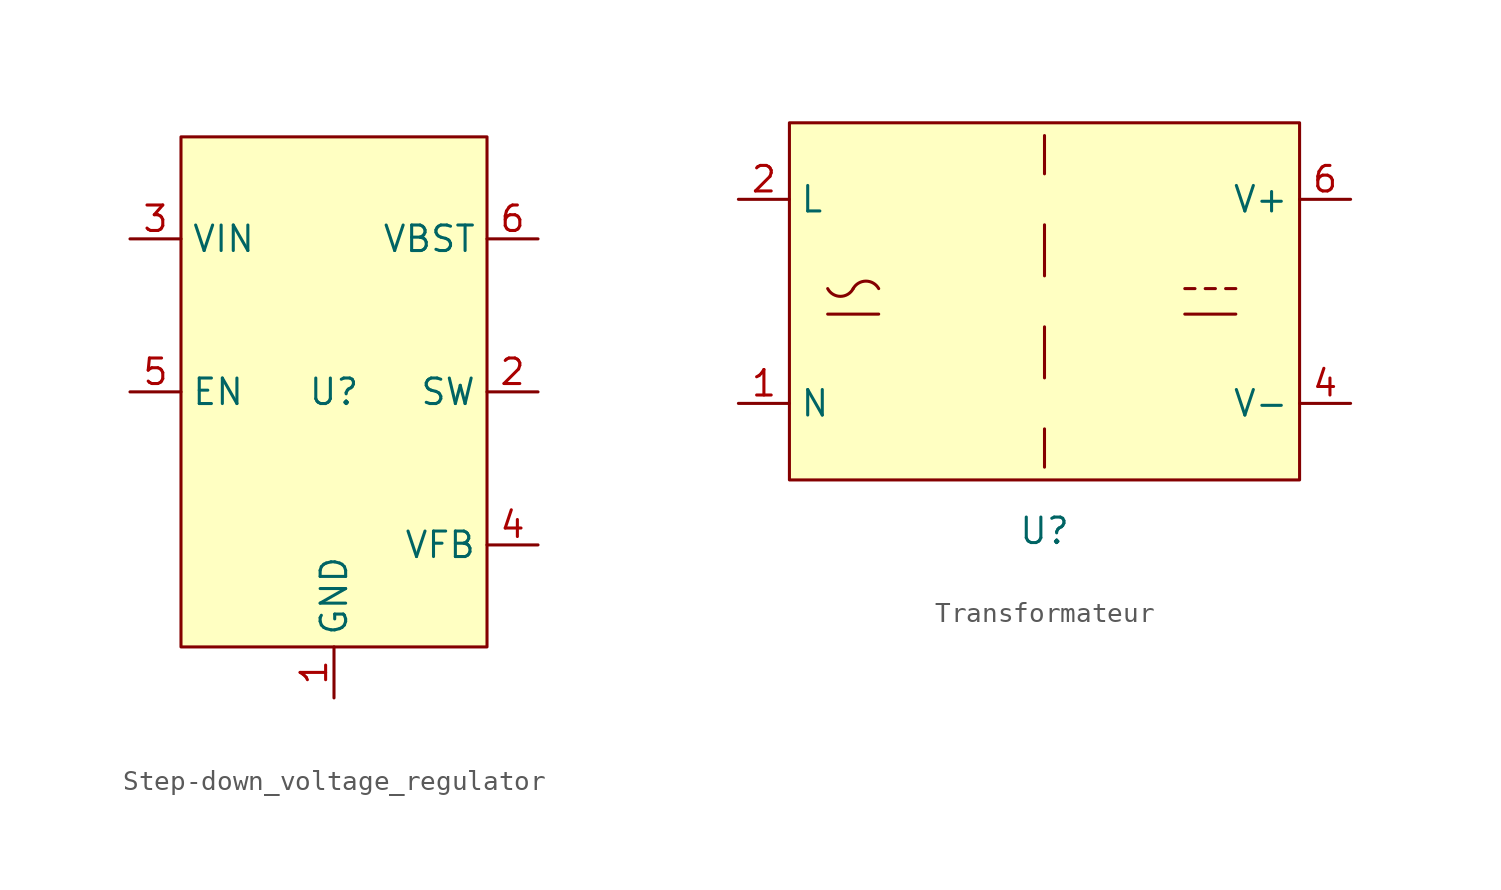
<source format=kicad_sym>
(kicad_symbol_lib
  (version 20231120)
  (generator "kicad_symbol_editor")
  (generator_version "8.0")
  (symbol "Step-down_voltage_regulator"
    (property "Reference" "U"
      (at 0 0 0)
      (effects (font (size 1.27 1.27))))
    (property "Value" ""
      (at 0 0 0)
      (effects (font (size 1.27 1.27))))
    (symbol "Step-down_voltage_regulator_1_1"
      (rectangle (start -7.62 12.7) (end 7.62 -12.7) (stroke (width 0) (type default)) (fill (type background)))
      (pin input line (at 0 -15.24 90) (length 2.54) (name "GND" (effects (font (size 1.27 1.27)))) (number "1" (effects (font (size 1.27 1.27)))))
      (pin output line (at 10.16 0 180) (length 2.54) (name "SW" (effects (font (size 1.27 1.27)))) (number "2" (effects (font (size 1.27 1.27)))))
      (pin input line (at -10.16 7.62 0) (length 2.54) (name "VIN" (effects (font (size 1.27 1.27)))) (number "3" (effects (font (size 1.27 1.27)))))
      (pin input line (at 10.16 -7.62 180) (length 2.54) (name "VFB" (effects (font (size 1.27 1.27)))) (number "4" (effects (font (size 1.27 1.27)))))
      (pin input line (at -10.16 0 0) (length 2.54) (name "EN" (effects (font (size 1.27 1.27)))) (number "5" (effects (font (size 1.27 1.27)))))
      (pin output line (at 10.16 7.62 180) (length 2.54) (name "VBST" (effects (font (size 1.27 1.27)))) (number "6" (effects (font (size 1.27 1.27)))))))
  (symbol "Transformateur"
    (property "Reference" "U"
      (at 0 -11.43 0)
      (effects (font (size 1.27 1.27))))
    (property "Value" ""
      (at 0 0 0)
      (effects (font (size 1.27 1.27))))
    (symbol "Transformateur_0_1"
      (arc (start -10.795 0.635) (mid -10.16 0.2495) (end -9.525 0.635) (stroke (width 0) (type default)) (fill (type none)))
      (arc (start -8.255 0.635) (mid -8.89 1.0072) (end -9.525 0.635) (stroke (width 0) (type default)) (fill (type none)))
      (polyline (pts (xy -10.795 -0.635) (xy -8.255 -0.635)) (stroke (width 0) (type default)) (fill (type none)))
      (polyline (pts (xy 6.985 -0.635) (xy 9.525 -0.635)) (stroke (width 0) (type default)) (fill (type none)))
      (polyline (pts (xy 6.985 0.635) (xy 7.493 0.635)) (stroke (width 0) (type default)) (fill (type none)))
      (polyline (pts (xy 8.001 0.635) (xy 8.509 0.635)) (stroke (width 0) (type default)) (fill (type none)))
      (polyline (pts (xy 9.017 0.635) (xy 9.525 0.635)) (stroke (width 0) (type default)) (fill (type none))))
    (symbol "Transformateur_1_1"
      (rectangle (start -12.7 8.89) (end 12.7 -8.89) (stroke (width 0) (type default)) (fill (type background)))
      (polyline (pts (xy 0 -6.35) (xy 0 -8.255)) (stroke (width 0) (type default)) (fill (type none)))
      (polyline (pts (xy 0 -1.27) (xy 0 -3.81)) (stroke (width 0) (type default)) (fill (type none)))
      (polyline (pts (xy 0 3.81) (xy 0 1.27)) (stroke (width 0) (type default)) (fill (type none)))
      (polyline (pts (xy 0 8.255) (xy 0 6.35)) (stroke (width 0) (type default)) (fill (type none)))
      (pin power_in line (at -15.24 -5.08 0) (length 2.54) (name "N" (effects (font (size 1.27 1.27)))) (number "1" (effects (font (size 1.27 1.27)))))
      (pin power_in line (at -15.24 5.08 0) (length 2.54) (name "L" (effects (font (size 1.27 1.27)))) (number "2" (effects (font (size 1.27 1.27)))))
      (pin power_out line (at 15.24 -5.08 180) (length 2.54) (name "V-" (effects (font (size 1.27 1.27)))) (number "4" (effects (font (size 1.27 1.27)))))
      (pin power_out line (at 15.24 5.08 180) (length 2.54) (name "V+" (effects (font (size 1.27 1.27)))) (number "6" (effects (font (size 1.27 1.27))))))))
</source>
